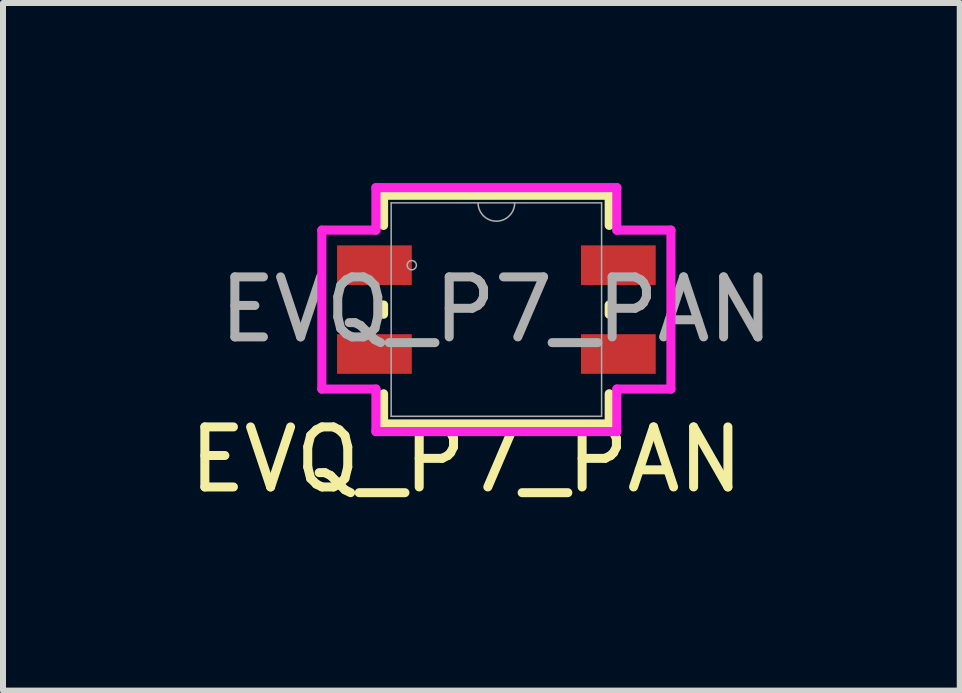
<source format=kicad_pcb>
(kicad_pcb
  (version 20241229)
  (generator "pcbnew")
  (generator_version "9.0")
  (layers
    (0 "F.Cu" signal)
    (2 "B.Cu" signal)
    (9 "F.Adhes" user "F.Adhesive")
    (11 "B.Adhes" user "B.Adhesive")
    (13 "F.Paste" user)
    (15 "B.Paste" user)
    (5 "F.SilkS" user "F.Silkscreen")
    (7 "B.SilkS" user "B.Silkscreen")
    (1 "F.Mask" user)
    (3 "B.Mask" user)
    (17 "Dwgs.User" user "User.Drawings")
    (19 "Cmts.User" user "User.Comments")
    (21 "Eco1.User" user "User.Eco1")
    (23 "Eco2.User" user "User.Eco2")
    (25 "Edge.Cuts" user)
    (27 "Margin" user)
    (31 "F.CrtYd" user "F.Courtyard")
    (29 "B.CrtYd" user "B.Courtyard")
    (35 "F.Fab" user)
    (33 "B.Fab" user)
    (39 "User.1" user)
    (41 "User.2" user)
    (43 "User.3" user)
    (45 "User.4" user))
  (footprint "EVQ_P7_PAN"
    (layer "F.Cu")
    (at 5.22 2.108)
    (property "Reference" "EVQ_P7_PAN" (at -0.5 2.5 0) (unlocked yes) (layer "F.SilkS") (effects (font (size 1 1) (thickness 0.15))))
    (attr smd)
    (fp_line (start -1.88 -1.905) (end -1.88 -1.403) (stroke (width 0.152) (type solid)) (layer "F.SilkS"))
    (fp_line (start -1.88 -0.077) (end -1.88 0.077) (stroke (width 0.152) (type solid)) (layer "F.SilkS"))
    (fp_line (start -1.88 1.403) (end -1.88 1.905) (stroke (width 0.152) (type solid)) (layer "F.SilkS"))
    (fp_line (start -1.88 1.905) (end 1.88 1.905) (stroke (width 0.152) (type solid)) (layer "F.SilkS"))
    (fp_line (start 1.88 -1.905) (end -1.88 -1.905) (stroke (width 0.152) (type solid)) (layer "F.SilkS"))
    (fp_line (start 1.88 -1.403) (end 1.88 -1.905) (stroke (width 0.152) (type solid)) (layer "F.SilkS"))
    (fp_line (start 1.88 0.077) (end 1.88 -0.077) (stroke (width 0.152) (type solid)) (layer "F.SilkS"))
    (fp_line (start 1.88 1.905) (end 1.88 1.403) (stroke (width 0.152) (type solid)) (layer "F.SilkS"))
    (fp_line (start -2.908 -1.324) (end -2.007 -1.324) (stroke (width 0.152) (type solid)) (layer "F.CrtYd"))
    (fp_line (start -2.908 1.324) (end -2.908 -1.324) (stroke (width 0.152) (type solid)) (layer "F.CrtYd"))
    (fp_line (start -2.908 1.324) (end -2.007 1.324) (stroke (width 0.152) (type solid)) (layer "F.CrtYd"))
    (fp_line (start -2.007 -2.032) (end 2.007 -2.032) (stroke (width 0.152) (type solid)) (layer "F.CrtYd"))
    (fp_line (start -2.007 -1.324) (end -2.007 -2.032) (stroke (width 0.152) (type solid)) (layer "F.CrtYd"))
    (fp_line (start -2.007 2.032) (end -2.007 1.324) (stroke (width 0.152) (type solid)) (layer "F.CrtYd"))
    (fp_line (start 2.007 -2.032) (end 2.007 -1.324) (stroke (width 0.152) (type solid)) (layer "F.CrtYd"))
    (fp_line (start 2.007 1.324) (end 2.007 2.032) (stroke (width 0.152) (type solid)) (layer "F.CrtYd"))
    (fp_line (start 2.007 2.032) (end -2.007 2.032) (stroke (width 0.152) (type solid)) (layer "F.CrtYd"))
    (fp_line (start 2.908 -1.324) (end 2.007 -1.324) (stroke (width 0.152) (type solid)) (layer "F.CrtYd"))
    (fp_line (start 2.908 -1.324) (end 2.908 1.324) (stroke (width 0.152) (type solid)) (layer "F.CrtYd"))
    (fp_line (start 2.908 1.324) (end 2.007 1.324) (stroke (width 0.152) (type solid)) (layer "F.CrtYd"))
    (fp_line (start -1.753 -1.778) (end -1.753 1.778) (stroke (width 0.025) (type solid)) (layer "F.Fab"))
    (fp_line (start -1.753 1.778) (end 1.753 1.778) (stroke (width 0.025) (type solid)) (layer "F.Fab"))
    (fp_line (start 1.753 -1.778) (end -1.753 -1.778) (stroke (width 0.025) (type solid)) (layer "F.Fab"))
    (fp_line (start 1.753 1.778) (end 1.753 -1.778) (stroke (width 0.025) (type solid)) (layer "F.Fab"))
    (fp_arc (start 0.3048 -1.778) (mid 0 -1.4732) (end -0.3048 -1.778) (stroke (width 0.0254) (type solid)) (layer "F.Fab"))
    (fp_circle (center -1.41 -0.74) (end -1.333 -0.74) (stroke (width 0.025) (type solid)) (fill no) (layer "F.Fab"))
    (fp_text user "${REFERENCE}" (at 0 0 0) (unlocked yes) (layer "F.Fab") (effects (font (size 1 1) (thickness 0.15))))
    (pad "1" smd rect (at -2.032 -0.74) (size 1.245 0.66) (layers "F.Cu" "F.Mask" "F.Paste"))
    (pad "1" smd rect (at 2.032 -0.74) (size 1.245 0.66) (layers "F.Cu" "F.Mask" "F.Paste"))
    (pad "2" smd rect (at -2.032 0.74) (size 1.245 0.66) (layers "F.Cu" "F.Mask" "F.Paste"))
    (pad "2" smd rect (at 2.032 0.74) (size 1.245 0.66) (layers "F.Cu" "F.Mask" "F.Paste")))
  (gr_rect
    (start -3 -3)
    (end 12.94 8.456)
    (stroke (width 0.1) (type default))
    (fill no)
    (layer "Edge.Cuts")))
</source>
